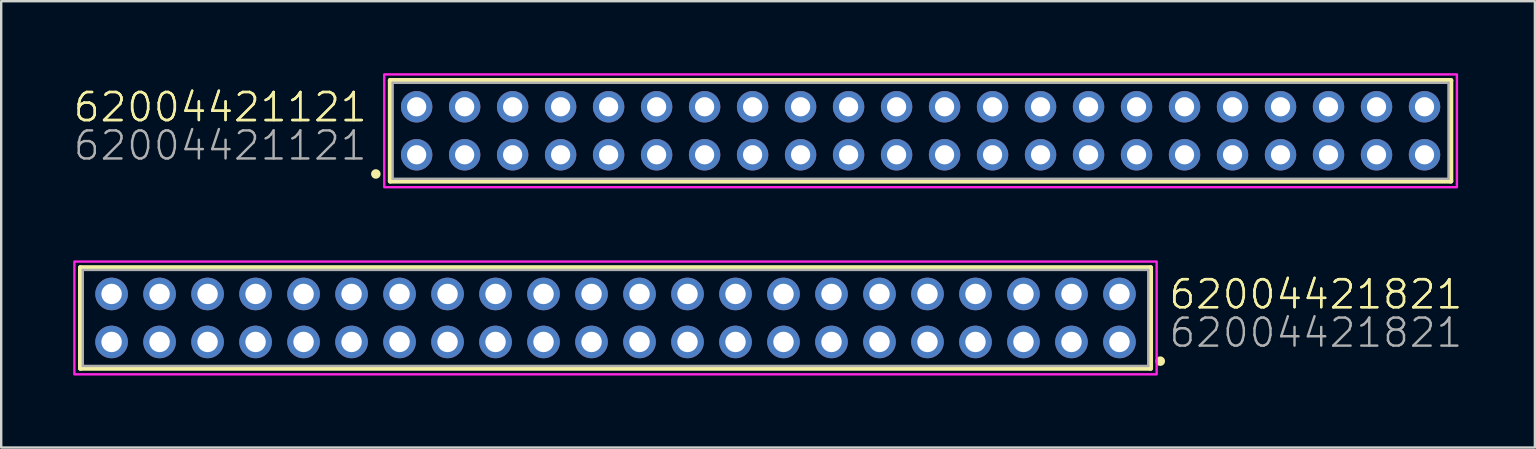
<source format=kicad_pcb>
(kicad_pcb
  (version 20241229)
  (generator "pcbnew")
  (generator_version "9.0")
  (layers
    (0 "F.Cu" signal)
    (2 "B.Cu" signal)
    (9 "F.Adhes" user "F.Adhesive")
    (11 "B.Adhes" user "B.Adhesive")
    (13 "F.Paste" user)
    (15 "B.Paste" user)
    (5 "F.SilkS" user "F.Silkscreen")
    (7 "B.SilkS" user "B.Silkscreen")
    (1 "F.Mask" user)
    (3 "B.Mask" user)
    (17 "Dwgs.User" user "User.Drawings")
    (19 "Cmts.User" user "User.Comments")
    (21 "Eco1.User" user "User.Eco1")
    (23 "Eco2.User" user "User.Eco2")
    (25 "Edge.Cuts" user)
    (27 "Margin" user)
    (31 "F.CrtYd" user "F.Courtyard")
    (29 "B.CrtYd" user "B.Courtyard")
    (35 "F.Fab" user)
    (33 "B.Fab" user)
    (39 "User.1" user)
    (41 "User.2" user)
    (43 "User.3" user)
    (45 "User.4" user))
  (footprint "62004421121"
    (layer "F.Cu")
    (at 35.312 2.4)
    (property "Reference" "62004421121" (at -23 -0.3 0) (unlocked yes) (layer "F.SilkS") (effects (font (size 1.168 1.168) (thickness 0.102)) (justify right bottom)))
    (property "Value" "62004421121" (at -23 1.3 0) (unlocked yes) (layer "F.Fab") (hide yes) (effects (font (size 1.168 1.168) (thickness 0.102)) (justify right bottom)))
    (fp_line (start -22.1 -2.1) (end 22.1 -2.1) (stroke (width 0.2) (type solid)) (layer "F.SilkS"))
    (fp_line (start -22.1 2.1) (end -22.1 -2.1) (stroke (width 0.2) (type solid)) (layer "F.SilkS"))
    (fp_line (start 22.1 -2.1) (end 22.1 2.1) (stroke (width 0.2) (type solid)) (layer "F.SilkS"))
    (fp_line (start 22.1 2.1) (end -22.1 2.1) (stroke (width 0.2) (type solid)) (layer "F.SilkS"))
    (fp_circle (center -22.7 1.8) (end -22.6 1.8) (stroke (width 0.2) (type solid)) (fill no) (layer "F.SilkS"))
    (fp_poly (pts (xy 22.35 2.35) (xy -22.35 2.35) (xy -22.35 -2.35) (xy 22.35 -2.35)) (stroke (width 0.1) (type default)) (fill no) (layer "F.CrtYd"))
    (fp_line (start -22 -2) (end -22 2) (stroke (width 0.1) (type solid)) (layer "F.Fab"))
    (fp_line (start -22 2) (end 22 2) (stroke (width 0.1) (type solid)) (layer "F.Fab"))
    (fp_line (start 22 -2) (end -22 -2) (stroke (width 0.1) (type solid)) (layer "F.Fab"))
    (fp_line (start 22 2) (end 22 -2) (stroke (width 0.1) (type solid)) (layer "F.Fab"))
    (fp_text user "${REFERENCE}" (at -23 -0.3 0) (unlocked yes) (layer "F.SilkS") (effects (font (size 1.168 1.168) (thickness 0.102)) (justify right bottom)))
    (fp_text user "${VALUE}" (at -23 1.3 0) (unlocked yes) (layer "F.Fab") (effects (font (size 1.168 1.168) (thickness 0.102)) (justify right bottom)))
    (pad "1" thru_hole circle (at -21 1) (size 1.308 1.308) (drill 0.8) (layers "*.Cu" "*.Mask"))
    (pad "2" thru_hole circle (at -21 -1) (size 1.308 1.308) (drill 0.8) (layers "*.Cu" "*.Mask"))
    (pad "3" thru_hole circle (at -19 1) (size 1.308 1.308) (drill 0.8) (layers "*.Cu" "*.Mask"))
    (pad "4" thru_hole circle (at -19 -1) (size 1.308 1.308) (drill 0.8) (layers "*.Cu" "*.Mask"))
    (pad "5" thru_hole circle (at -17 1) (size 1.308 1.308) (drill 0.8) (layers "*.Cu" "*.Mask"))
    (pad "6" thru_hole circle (at -17 -1) (size 1.308 1.308) (drill 0.8) (layers "*.Cu" "*.Mask"))
    (pad "7" thru_hole circle (at -15 1) (size 1.308 1.308) (drill 0.8) (layers "*.Cu" "*.Mask"))
    (pad "8" thru_hole circle (at -15 -1) (size 1.308 1.308) (drill 0.8) (layers "*.Cu" "*.Mask"))
    (pad "9" thru_hole circle (at -13 1) (size 1.308 1.308) (drill 0.8) (layers "*.Cu" "*.Mask"))
    (pad "10" thru_hole circle (at -13 -1) (size 1.308 1.308) (drill 0.8) (layers "*.Cu" "*.Mask"))
    (pad "11" thru_hole circle (at -11 1) (size 1.308 1.308) (drill 0.8) (layers "*.Cu" "*.Mask"))
    (pad "12" thru_hole circle (at -11 -1) (size 1.308 1.308) (drill 0.8) (layers "*.Cu" "*.Mask"))
    (pad "13" thru_hole circle (at -9 1) (size 1.308 1.308) (drill 0.8) (layers "*.Cu" "*.Mask"))
    (pad "14" thru_hole circle (at -9 -1) (size 1.308 1.308) (drill 0.8) (layers "*.Cu" "*.Mask"))
    (pad "15" thru_hole circle (at -7 1) (size 1.308 1.308) (drill 0.8) (layers "*.Cu" "*.Mask"))
    (pad "16" thru_hole circle (at -7 -1) (size 1.308 1.308) (drill 0.8) (layers "*.Cu" "*.Mask"))
    (pad "17" thru_hole circle (at -5 1) (size 1.308 1.308) (drill 0.8) (layers "*.Cu" "*.Mask"))
    (pad "18" thru_hole circle (at -5 -1) (size 1.308 1.308) (drill 0.8) (layers "*.Cu" "*.Mask"))
    (pad "19" thru_hole circle (at -3 1) (size 1.308 1.308) (drill 0.8) (layers "*.Cu" "*.Mask"))
    (pad "20" thru_hole circle (at -3 -1) (size 1.308 1.308) (drill 0.8) (layers "*.Cu" "*.Mask"))
    (pad "21" thru_hole circle (at -1 1) (size 1.308 1.308) (drill 0.8) (layers "*.Cu" "*.Mask"))
    (pad "22" thru_hole circle (at -1 -1) (size 1.308 1.308) (drill 0.8) (layers "*.Cu" "*.Mask"))
    (pad "23" thru_hole circle (at 1 1) (size 1.308 1.308) (drill 0.8) (layers "*.Cu" "*.Mask"))
    (pad "24" thru_hole circle (at 1 -1) (size 1.308 1.308) (drill 0.8) (layers "*.Cu" "*.Mask"))
    (pad "25" thru_hole circle (at 3 1) (size 1.308 1.308) (drill 0.8) (layers "*.Cu" "*.Mask"))
    (pad "26" thru_hole circle (at 3 -1) (size 1.308 1.308) (drill 0.8) (layers "*.Cu" "*.Mask"))
    (pad "27" thru_hole circle (at 5 1) (size 1.308 1.308) (drill 0.8) (layers "*.Cu" "*.Mask"))
    (pad "28" thru_hole circle (at 5 -1) (size 1.308 1.308) (drill 0.8) (layers "*.Cu" "*.Mask"))
    (pad "29" thru_hole circle (at 7 1) (size 1.308 1.308) (drill 0.8) (layers "*.Cu" "*.Mask"))
    (pad "30" thru_hole circle (at 7 -1) (size 1.308 1.308) (drill 0.8) (layers "*.Cu" "*.Mask"))
    (pad "31" thru_hole circle (at 9 1) (size 1.308 1.308) (drill 0.8) (layers "*.Cu" "*.Mask"))
    (pad "32" thru_hole circle (at 9 -1) (size 1.308 1.308) (drill 0.8) (layers "*.Cu" "*.Mask"))
    (pad "33" thru_hole circle (at 11 1) (size 1.308 1.308) (drill 0.8) (layers "*.Cu" "*.Mask"))
    (pad "34" thru_hole circle (at 11 -1) (size 1.308 1.308) (drill 0.8) (layers "*.Cu" "*.Mask"))
    (pad "35" thru_hole circle (at 13 1) (size 1.308 1.308) (drill 0.8) (layers "*.Cu" "*.Mask"))
    (pad "36" thru_hole circle (at 13 -1) (size 1.308 1.308) (drill 0.8) (layers "*.Cu" "*.Mask"))
    (pad "37" thru_hole circle (at 15 1) (size 1.308 1.308) (drill 0.8) (layers "*.Cu" "*.Mask"))
    (pad "38" thru_hole circle (at 15 -1) (size 1.308 1.308) (drill 0.8) (layers "*.Cu" "*.Mask"))
    (pad "39" thru_hole circle (at 17 1) (size 1.308 1.308) (drill 0.8) (layers "*.Cu" "*.Mask"))
    (pad "40" thru_hole circle (at 17 -1) (size 1.308 1.308) (drill 0.8) (layers "*.Cu" "*.Mask"))
    (pad "41" thru_hole circle (at 19 1) (size 1.308 1.308) (drill 0.8) (layers "*.Cu" "*.Mask"))
    (pad "42" thru_hole circle (at 19 -1) (size 1.308 1.308) (drill 0.8) (layers "*.Cu" "*.Mask"))
    (pad "43" thru_hole circle (at 21 1) (size 1.308 1.308) (drill 0.8) (layers "*.Cu" "*.Mask"))
    (pad "44" thru_hole circle (at 21 -1) (size 1.308 1.308) (drill 0.8) (layers "*.Cu" "*.Mask")))
  (footprint "62004421821"
    (layer "F.Cu")
    (at 22.6 10.2)
    (property "Reference" "62004421821" (at 23 -0.3 0) (unlocked yes) (layer "F.SilkS") (effects (font (size 1.168 1.168) (thickness 0.102)) (justify left bottom)))
    (property "Value" "62004421821" (at 23 1.3 0) (unlocked yes) (layer "F.Fab") (hide yes) (effects (font (size 1.168 1.168) (thickness 0.102)) (justify left bottom)))
    (fp_line (start -22.3 -2.1) (end 22.3 -2.1) (stroke (width 0.2) (type solid)) (layer "F.SilkS"))
    (fp_line (start -22.3 2.1) (end -22.3 -2.1) (stroke (width 0.2) (type solid)) (layer "F.SilkS"))
    (fp_line (start 22.3 -2.1) (end 22.3 2.1) (stroke (width 0.2) (type solid)) (layer "F.SilkS"))
    (fp_line (start 22.3 2.1) (end -22.3 2.1) (stroke (width 0.2) (type solid)) (layer "F.SilkS"))
    (fp_circle (center 22.7 1.8) (end 22.8 1.8) (stroke (width 0.2) (type solid)) (fill no) (layer "F.SilkS"))
    (fp_poly (pts (xy 22.55 2.35) (xy -22.55 2.35) (xy -22.55 -2.35) (xy 22.55 -2.35)) (stroke (width 0.1) (type default)) (fill no) (layer "F.CrtYd"))
    (fp_line (start -22.2 -2) (end -22.2 2) (stroke (width 0.1) (type solid)) (layer "F.Fab"))
    (fp_line (start -22.2 2) (end 22.2 2) (stroke (width 0.1) (type solid)) (layer "F.Fab"))
    (fp_line (start 22.2 -2) (end -22.2 -2) (stroke (width 0.1) (type solid)) (layer "F.Fab"))
    (fp_line (start 22.2 2) (end 22.2 -2) (stroke (width 0.1) (type solid)) (layer "F.Fab"))
    (fp_text user "${REFERENCE}" (at 23 -0.3 0) (unlocked yes) (layer "F.SilkS") (effects (font (size 1.168 1.168) (thickness 0.102)) (justify left bottom)))
    (fp_text user "${VALUE}" (at 23 1.3 0) (unlocked yes) (layer "F.Fab") (effects (font (size 1.168 1.168) (thickness 0.102)) (justify left bottom)))
    (pad "1" thru_hole circle (at -21 1) (size 1.358 1.358) (drill 0.85) (layers "*.Cu" "*.Mask"))
    (pad "2" thru_hole circle (at -21 -1) (size 1.358 1.358) (drill 0.85) (layers "*.Cu" "*.Mask"))
    (pad "3" thru_hole circle (at -19 1) (size 1.358 1.358) (drill 0.85) (layers "*.Cu" "*.Mask"))
    (pad "4" thru_hole circle (at -19 -1) (size 1.358 1.358) (drill 0.85) (layers "*.Cu" "*.Mask"))
    (pad "5" thru_hole circle (at -17 1) (size 1.358 1.358) (drill 0.85) (layers "*.Cu" "*.Mask"))
    (pad "6" thru_hole circle (at -17 -1) (size 1.358 1.358) (drill 0.85) (layers "*.Cu" "*.Mask"))
    (pad "7" thru_hole circle (at -15 1) (size 1.358 1.358) (drill 0.85) (layers "*.Cu" "*.Mask"))
    (pad "8" thru_hole circle (at -15 -1) (size 1.358 1.358) (drill 0.85) (layers "*.Cu" "*.Mask"))
    (pad "9" thru_hole circle (at -13 1) (size 1.358 1.358) (drill 0.85) (layers "*.Cu" "*.Mask"))
    (pad "10" thru_hole circle (at -13 -1) (size 1.358 1.358) (drill 0.85) (layers "*.Cu" "*.Mask"))
    (pad "11" thru_hole circle (at -11 1) (size 1.358 1.358) (drill 0.85) (layers "*.Cu" "*.Mask"))
    (pad "12" thru_hole circle (at -11 -1) (size 1.358 1.358) (drill 0.85) (layers "*.Cu" "*.Mask"))
    (pad "13" thru_hole circle (at -9 1) (size 1.358 1.358) (drill 0.85) (layers "*.Cu" "*.Mask"))
    (pad "14" thru_hole circle (at -9 -1) (size 1.358 1.358) (drill 0.85) (layers "*.Cu" "*.Mask"))
    (pad "15" thru_hole circle (at -7 1) (size 1.358 1.358) (drill 0.85) (layers "*.Cu" "*.Mask"))
    (pad "16" thru_hole circle (at -7 -1) (size 1.358 1.358) (drill 0.85) (layers "*.Cu" "*.Mask"))
    (pad "17" thru_hole circle (at -5 1) (size 1.358 1.358) (drill 0.85) (layers "*.Cu" "*.Mask"))
    (pad "18" thru_hole circle (at -5 -1) (size 1.358 1.358) (drill 0.85) (layers "*.Cu" "*.Mask"))
    (pad "19" thru_hole circle (at -3 1) (size 1.358 1.358) (drill 0.85) (layers "*.Cu" "*.Mask"))
    (pad "20" thru_hole circle (at -3 -1) (size 1.358 1.358) (drill 0.85) (layers "*.Cu" "*.Mask"))
    (pad "21" thru_hole circle (at -1 1) (size 1.358 1.358) (drill 0.85) (layers "*.Cu" "*.Mask"))
    (pad "22" thru_hole circle (at -1 -1) (size 1.358 1.358) (drill 0.85) (layers "*.Cu" "*.Mask"))
    (pad "23" thru_hole circle (at 1 1) (size 1.358 1.358) (drill 0.85) (layers "*.Cu" "*.Mask"))
    (pad "24" thru_hole circle (at 1 -1) (size 1.358 1.358) (drill 0.85) (layers "*.Cu" "*.Mask"))
    (pad "25" thru_hole circle (at 3 1) (size 1.358 1.358) (drill 0.85) (layers "*.Cu" "*.Mask"))
    (pad "26" thru_hole circle (at 3 -1) (size 1.358 1.358) (drill 0.85) (layers "*.Cu" "*.Mask"))
    (pad "27" thru_hole circle (at 5 1) (size 1.358 1.358) (drill 0.85) (layers "*.Cu" "*.Mask"))
    (pad "28" thru_hole circle (at 5 -1) (size 1.358 1.358) (drill 0.85) (layers "*.Cu" "*.Mask"))
    (pad "29" thru_hole circle (at 7 1) (size 1.358 1.358) (drill 0.85) (layers "*.Cu" "*.Mask"))
    (pad "30" thru_hole circle (at 7 -1) (size 1.358 1.358) (drill 0.85) (layers "*.Cu" "*.Mask"))
    (pad "31" thru_hole circle (at 9 1) (size 1.358 1.358) (drill 0.85) (layers "*.Cu" "*.Mask"))
    (pad "32" thru_hole circle (at 9 -1) (size 1.358 1.358) (drill 0.85) (layers "*.Cu" "*.Mask"))
    (pad "33" thru_hole circle (at 11 1) (size 1.358 1.358) (drill 0.85) (layers "*.Cu" "*.Mask"))
    (pad "34" thru_hole circle (at 11 -1) (size 1.358 1.358) (drill 0.85) (layers "*.Cu" "*.Mask"))
    (pad "35" thru_hole circle (at 13 1) (size 1.358 1.358) (drill 0.85) (layers "*.Cu" "*.Mask"))
    (pad "36" thru_hole circle (at 13 -1) (size 1.358 1.358) (drill 0.85) (layers "*.Cu" "*.Mask"))
    (pad "37" thru_hole circle (at 15 1) (size 1.358 1.358) (drill 0.85) (layers "*.Cu" "*.Mask"))
    (pad "38" thru_hole circle (at 15 -1) (size 1.358 1.358) (drill 0.85) (layers "*.Cu" "*.Mask"))
    (pad "39" thru_hole circle (at 17 1) (size 1.358 1.358) (drill 0.85) (layers "*.Cu" "*.Mask"))
    (pad "40" thru_hole circle (at 17 -1) (size 1.358 1.358) (drill 0.85) (layers "*.Cu" "*.Mask"))
    (pad "41" thru_hole circle (at 19 1) (size 1.358 1.358) (drill 0.85) (layers "*.Cu" "*.Mask"))
    (pad "42" thru_hole circle (at 19 -1) (size 1.358 1.358) (drill 0.85) (layers "*.Cu" "*.Mask"))
    (pad "43" thru_hole circle (at 21 1) (size 1.358 1.358) (drill 0.85) (layers "*.Cu" "*.Mask"))
    (pad "44" thru_hole circle (at 21 -1) (size 1.358 1.358) (drill 0.85) (layers "*.Cu" "*.Mask")))
  (gr_rect
    (start -3 -3)
    (end 60.912 15.6)
    (stroke (width 0.1) (type default))
    (fill no)
    (layer "Edge.Cuts")))
</source>
